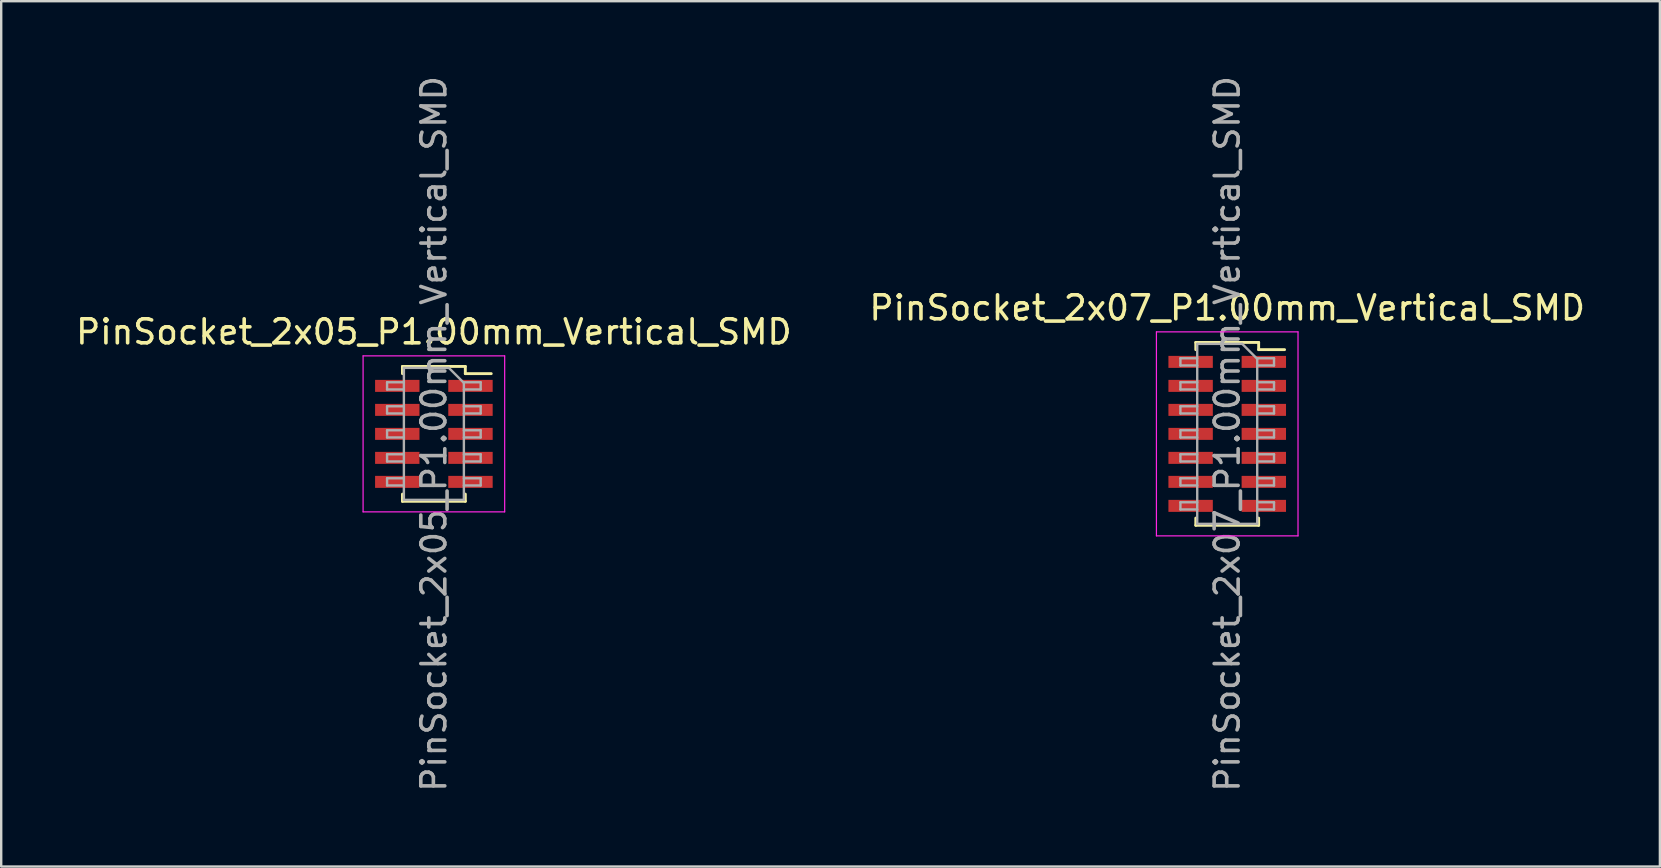
<source format=kicad_pcb>
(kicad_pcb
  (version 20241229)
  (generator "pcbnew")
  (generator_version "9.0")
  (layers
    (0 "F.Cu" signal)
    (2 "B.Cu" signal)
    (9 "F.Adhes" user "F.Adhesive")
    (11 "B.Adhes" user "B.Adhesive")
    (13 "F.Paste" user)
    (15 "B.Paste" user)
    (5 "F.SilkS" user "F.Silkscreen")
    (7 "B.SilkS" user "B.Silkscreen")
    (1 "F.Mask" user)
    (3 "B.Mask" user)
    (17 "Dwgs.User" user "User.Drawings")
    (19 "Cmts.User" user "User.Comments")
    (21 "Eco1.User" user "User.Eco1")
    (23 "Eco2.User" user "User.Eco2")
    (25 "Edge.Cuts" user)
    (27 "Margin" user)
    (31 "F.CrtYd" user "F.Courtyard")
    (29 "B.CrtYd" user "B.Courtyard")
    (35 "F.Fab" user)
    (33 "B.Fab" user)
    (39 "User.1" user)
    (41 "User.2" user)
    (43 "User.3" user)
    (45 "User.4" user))
  (footprint "PinSocket_2x05_P1.00mm_Vertical_SMD"
    (layer "F.Cu")
    (at 15.03 15.03)
    (property "Reference" "PinSocket_2x05_P1.00mm_Vertical_SMD" (at 0 -4.25 0) (layer "F.SilkS") (effects (font (size 1 1) (thickness 0.15))))
    (attr smd)
    (fp_line (start -1.31 -2.81) (end -1.31 -2.51) (stroke (width 0.12) (type solid)) (layer "F.SilkS"))
    (fp_line (start -1.31 -2.81) (end 1.31 -2.81) (stroke (width 0.12) (type solid)) (layer "F.SilkS"))
    (fp_line (start -1.31 2.51) (end -1.31 2.81) (stroke (width 0.12) (type solid)) (layer "F.SilkS"))
    (fp_line (start -1.31 2.81) (end 1.31 2.81) (stroke (width 0.12) (type solid)) (layer "F.SilkS"))
    (fp_line (start 1.31 -2.81) (end 1.31 -2.51) (stroke (width 0.12) (type solid)) (layer "F.SilkS"))
    (fp_line (start 1.31 -2.51) (end 2.39 -2.51) (stroke (width 0.12) (type solid)) (layer "F.SilkS"))
    (fp_line (start 1.31 2.51) (end 1.31 2.81) (stroke (width 0.12) (type solid)) (layer "F.SilkS"))
    (fp_line (start -2.95 -3.25) (end 2.95 -3.25) (stroke (width 0.05) (type solid)) (layer "F.CrtYd"))
    (fp_line (start -2.95 3.25) (end -2.95 -3.25) (stroke (width 0.05) (type solid)) (layer "F.CrtYd"))
    (fp_line (start 2.95 -3.25) (end 2.95 3.25) (stroke (width 0.05) (type solid)) (layer "F.CrtYd"))
    (fp_line (start 2.95 3.25) (end -2.95 3.25) (stroke (width 0.05) (type solid)) (layer "F.CrtYd"))
    (fp_line (start -1.95 -2.15) (end -1.25 -2.15) (stroke (width 0.1) (type solid)) (layer "F.Fab"))
    (fp_line (start -1.95 -1.85) (end -1.95 -2.15) (stroke (width 0.1) (type solid)) (layer "F.Fab"))
    (fp_line (start -1.95 -1.15) (end -1.25 -1.15) (stroke (width 0.1) (type solid)) (layer "F.Fab"))
    (fp_line (start -1.95 -0.85) (end -1.95 -1.15) (stroke (width 0.1) (type solid)) (layer "F.Fab"))
    (fp_line (start -1.95 -0.15) (end -1.25 -0.15) (stroke (width 0.1) (type solid)) (layer "F.Fab"))
    (fp_line (start -1.95 0.15) (end -1.95 -0.15) (stroke (width 0.1) (type solid)) (layer "F.Fab"))
    (fp_line (start -1.95 0.85) (end -1.25 0.85) (stroke (width 0.1) (type solid)) (layer "F.Fab"))
    (fp_line (start -1.95 1.15) (end -1.95 0.85) (stroke (width 0.1) (type solid)) (layer "F.Fab"))
    (fp_line (start -1.95 1.85) (end -1.25 1.85) (stroke (width 0.1) (type solid)) (layer "F.Fab"))
    (fp_line (start -1.95 2.15) (end -1.95 1.85) (stroke (width 0.1) (type solid)) (layer "F.Fab"))
    (fp_line (start -1.25 -2.75) (end 0.625 -2.75) (stroke (width 0.1) (type solid)) (layer "F.Fab"))
    (fp_line (start -1.25 -1.85) (end -1.95 -1.85) (stroke (width 0.1) (type solid)) (layer "F.Fab"))
    (fp_line (start -1.25 -0.85) (end -1.95 -0.85) (stroke (width 0.1) (type solid)) (layer "F.Fab"))
    (fp_line (start -1.25 0.15) (end -1.95 0.15) (stroke (width 0.1) (type solid)) (layer "F.Fab"))
    (fp_line (start -1.25 1.15) (end -1.95 1.15) (stroke (width 0.1) (type solid)) (layer "F.Fab"))
    (fp_line (start -1.25 2.15) (end -1.95 2.15) (stroke (width 0.1) (type solid)) (layer "F.Fab"))
    (fp_line (start -1.25 2.75) (end -1.25 -2.75) (stroke (width 0.1) (type solid)) (layer "F.Fab"))
    (fp_line (start 0.625 -2.75) (end 1.25 -2.125) (stroke (width 0.1) (type solid)) (layer "F.Fab"))
    (fp_line (start 1.25 -2.15) (end 1.95 -2.15) (stroke (width 0.1) (type solid)) (layer "F.Fab"))
    (fp_line (start 1.25 -2.125) (end 1.25 2.75) (stroke (width 0.1) (type solid)) (layer "F.Fab"))
    (fp_line (start 1.25 -1.15) (end 1.95 -1.15) (stroke (width 0.1) (type solid)) (layer "F.Fab"))
    (fp_line (start 1.25 -0.15) (end 1.95 -0.15) (stroke (width 0.1) (type solid)) (layer "F.Fab"))
    (fp_line (start 1.25 0.85) (end 1.95 0.85) (stroke (width 0.1) (type solid)) (layer "F.Fab"))
    (fp_line (start 1.25 1.85) (end 1.95 1.85) (stroke (width 0.1) (type solid)) (layer "F.Fab"))
    (fp_line (start 1.25 2.75) (end -1.25 2.75) (stroke (width 0.1) (type solid)) (layer "F.Fab"))
    (fp_line (start 1.95 -2.15) (end 1.95 -1.85) (stroke (width 0.1) (type solid)) (layer "F.Fab"))
    (fp_line (start 1.95 -1.85) (end 1.25 -1.85) (stroke (width 0.1) (type solid)) (layer "F.Fab"))
    (fp_line (start 1.95 -1.15) (end 1.95 -0.85) (stroke (width 0.1) (type solid)) (layer "F.Fab"))
    (fp_line (start 1.95 -0.85) (end 1.25 -0.85) (stroke (width 0.1) (type solid)) (layer "F.Fab"))
    (fp_line (start 1.95 -0.15) (end 1.95 0.15) (stroke (width 0.1) (type solid)) (layer "F.Fab"))
    (fp_line (start 1.95 0.15) (end 1.25 0.15) (stroke (width 0.1) (type solid)) (layer "F.Fab"))
    (fp_line (start 1.95 0.85) (end 1.95 1.15) (stroke (width 0.1) (type solid)) (layer "F.Fab"))
    (fp_line (start 1.95 1.15) (end 1.25 1.15) (stroke (width 0.1) (type solid)) (layer "F.Fab"))
    (fp_line (start 1.95 1.85) (end 1.95 2.15) (stroke (width 0.1) (type solid)) (layer "F.Fab"))
    (fp_line (start 1.95 2.15) (end 1.25 2.15) (stroke (width 0.1) (type solid)) (layer "F.Fab"))
    (fp_text user "${REFERENCE}" (at 0 0 90) (layer "F.Fab") (effects (font (size 1 1) (thickness 0.15))))
    (pad "1" smd rect (at 1.525 -2) (size 1.85 0.5) (layers "F.Cu" "F.Mask" "F.Paste"))
    (pad "2" smd rect (at -1.525 -2) (size 1.85 0.5) (layers "F.Cu" "F.Mask" "F.Paste"))
    (pad "3" smd rect (at 1.525 -1) (size 1.85 0.5) (layers "F.Cu" "F.Mask" "F.Paste"))
    (pad "4" smd rect (at -1.525 -1) (size 1.85 0.5) (layers "F.Cu" "F.Mask" "F.Paste"))
    (pad "5" smd rect (at 1.525 0) (size 1.85 0.5) (layers "F.Cu" "F.Mask" "F.Paste"))
    (pad "6" smd rect (at -1.525 0) (size 1.85 0.5) (layers "F.Cu" "F.Mask" "F.Paste"))
    (pad "7" smd rect (at 1.525 1) (size 1.85 0.5) (layers "F.Cu" "F.Mask" "F.Paste"))
    (pad "8" smd rect (at -1.525 1) (size 1.85 0.5) (layers "F.Cu" "F.Mask" "F.Paste"))
    (pad "9" smd rect (at 1.525 2) (size 1.85 0.5) (layers "F.Cu" "F.Mask" "F.Paste"))
    (pad "10" smd rect (at -1.525 2) (size 1.85 0.5) (layers "F.Cu" "F.Mask" "F.Paste")))
  (footprint "PinSocket_2x07_P1.00mm_Vertical_SMD"
    (layer "F.Cu")
    (at 48.089 15.03)
    (property "Reference" "PinSocket_2x07_P1.00mm_Vertical_SMD" (at 0 -5.25 0) (layer "F.SilkS") (effects (font (size 1 1) (thickness 0.15))))
    (attr smd)
    (fp_line (start -1.31 -3.81) (end -1.31 -3.51) (stroke (width 0.12) (type solid)) (layer "F.SilkS"))
    (fp_line (start -1.31 -3.81) (end 1.31 -3.81) (stroke (width 0.12) (type solid)) (layer "F.SilkS"))
    (fp_line (start -1.31 3.51) (end -1.31 3.81) (stroke (width 0.12) (type solid)) (layer "F.SilkS"))
    (fp_line (start -1.31 3.81) (end 1.31 3.81) (stroke (width 0.12) (type solid)) (layer "F.SilkS"))
    (fp_line (start 1.31 -3.81) (end 1.31 -3.51) (stroke (width 0.12) (type solid)) (layer "F.SilkS"))
    (fp_line (start 1.31 -3.51) (end 2.39 -3.51) (stroke (width 0.12) (type solid)) (layer "F.SilkS"))
    (fp_line (start 1.31 3.51) (end 1.31 3.81) (stroke (width 0.12) (type solid)) (layer "F.SilkS"))
    (fp_line (start -2.95 -4.25) (end 2.95 -4.25) (stroke (width 0.05) (type solid)) (layer "F.CrtYd"))
    (fp_line (start -2.95 4.25) (end -2.95 -4.25) (stroke (width 0.05) (type solid)) (layer "F.CrtYd"))
    (fp_line (start 2.95 -4.25) (end 2.95 4.25) (stroke (width 0.05) (type solid)) (layer "F.CrtYd"))
    (fp_line (start 2.95 4.25) (end -2.95 4.25) (stroke (width 0.05) (type solid)) (layer "F.CrtYd"))
    (fp_line (start -1.95 -3.15) (end -1.25 -3.15) (stroke (width 0.1) (type solid)) (layer "F.Fab"))
    (fp_line (start -1.95 -2.85) (end -1.95 -3.15) (stroke (width 0.1) (type solid)) (layer "F.Fab"))
    (fp_line (start -1.95 -2.15) (end -1.25 -2.15) (stroke (width 0.1) (type solid)) (layer "F.Fab"))
    (fp_line (start -1.95 -1.85) (end -1.95 -2.15) (stroke (width 0.1) (type solid)) (layer "F.Fab"))
    (fp_line (start -1.95 -1.15) (end -1.25 -1.15) (stroke (width 0.1) (type solid)) (layer "F.Fab"))
    (fp_line (start -1.95 -0.85) (end -1.95 -1.15) (stroke (width 0.1) (type solid)) (layer "F.Fab"))
    (fp_line (start -1.95 -0.15) (end -1.25 -0.15) (stroke (width 0.1) (type solid)) (layer "F.Fab"))
    (fp_line (start -1.95 0.15) (end -1.95 -0.15) (stroke (width 0.1) (type solid)) (layer "F.Fab"))
    (fp_line (start -1.95 0.85) (end -1.25 0.85) (stroke (width 0.1) (type solid)) (layer "F.Fab"))
    (fp_line (start -1.95 1.15) (end -1.95 0.85) (stroke (width 0.1) (type solid)) (layer "F.Fab"))
    (fp_line (start -1.95 1.85) (end -1.25 1.85) (stroke (width 0.1) (type solid)) (layer "F.Fab"))
    (fp_line (start -1.95 2.15) (end -1.95 1.85) (stroke (width 0.1) (type solid)) (layer "F.Fab"))
    (fp_line (start -1.95 2.85) (end -1.25 2.85) (stroke (width 0.1) (type solid)) (layer "F.Fab"))
    (fp_line (start -1.95 3.15) (end -1.95 2.85) (stroke (width 0.1) (type solid)) (layer "F.Fab"))
    (fp_line (start -1.25 -3.75) (end 0.625 -3.75) (stroke (width 0.1) (type solid)) (layer "F.Fab"))
    (fp_line (start -1.25 -2.85) (end -1.95 -2.85) (stroke (width 0.1) (type solid)) (layer "F.Fab"))
    (fp_line (start -1.25 -1.85) (end -1.95 -1.85) (stroke (width 0.1) (type solid)) (layer "F.Fab"))
    (fp_line (start -1.25 -0.85) (end -1.95 -0.85) (stroke (width 0.1) (type solid)) (layer "F.Fab"))
    (fp_line (start -1.25 0.15) (end -1.95 0.15) (stroke (width 0.1) (type solid)) (layer "F.Fab"))
    (fp_line (start -1.25 1.15) (end -1.95 1.15) (stroke (width 0.1) (type solid)) (layer "F.Fab"))
    (fp_line (start -1.25 2.15) (end -1.95 2.15) (stroke (width 0.1) (type solid)) (layer "F.Fab"))
    (fp_line (start -1.25 3.15) (end -1.95 3.15) (stroke (width 0.1) (type solid)) (layer "F.Fab"))
    (fp_line (start -1.25 3.75) (end -1.25 -3.75) (stroke (width 0.1) (type solid)) (layer "F.Fab"))
    (fp_line (start 0.625 -3.75) (end 1.25 -3.125) (stroke (width 0.1) (type solid)) (layer "F.Fab"))
    (fp_line (start 1.25 -3.15) (end 1.95 -3.15) (stroke (width 0.1) (type solid)) (layer "F.Fab"))
    (fp_line (start 1.25 -3.125) (end 1.25 3.75) (stroke (width 0.1) (type solid)) (layer "F.Fab"))
    (fp_line (start 1.25 -2.15) (end 1.95 -2.15) (stroke (width 0.1) (type solid)) (layer "F.Fab"))
    (fp_line (start 1.25 -1.15) (end 1.95 -1.15) (stroke (width 0.1) (type solid)) (layer "F.Fab"))
    (fp_line (start 1.25 -0.15) (end 1.95 -0.15) (stroke (width 0.1) (type solid)) (layer "F.Fab"))
    (fp_line (start 1.25 0.85) (end 1.95 0.85) (stroke (width 0.1) (type solid)) (layer "F.Fab"))
    (fp_line (start 1.25 1.85) (end 1.95 1.85) (stroke (width 0.1) (type solid)) (layer "F.Fab"))
    (fp_line (start 1.25 2.85) (end 1.95 2.85) (stroke (width 0.1) (type solid)) (layer "F.Fab"))
    (fp_line (start 1.25 3.75) (end -1.25 3.75) (stroke (width 0.1) (type solid)) (layer "F.Fab"))
    (fp_line (start 1.95 -3.15) (end 1.95 -2.85) (stroke (width 0.1) (type solid)) (layer "F.Fab"))
    (fp_line (start 1.95 -2.85) (end 1.25 -2.85) (stroke (width 0.1) (type solid)) (layer "F.Fab"))
    (fp_line (start 1.95 -2.15) (end 1.95 -1.85) (stroke (width 0.1) (type solid)) (layer "F.Fab"))
    (fp_line (start 1.95 -1.85) (end 1.25 -1.85) (stroke (width 0.1) (type solid)) (layer "F.Fab"))
    (fp_line (start 1.95 -1.15) (end 1.95 -0.85) (stroke (width 0.1) (type solid)) (layer "F.Fab"))
    (fp_line (start 1.95 -0.85) (end 1.25 -0.85) (stroke (width 0.1) (type solid)) (layer "F.Fab"))
    (fp_line (start 1.95 -0.15) (end 1.95 0.15) (stroke (width 0.1) (type solid)) (layer "F.Fab"))
    (fp_line (start 1.95 0.15) (end 1.25 0.15) (stroke (width 0.1) (type solid)) (layer "F.Fab"))
    (fp_line (start 1.95 0.85) (end 1.95 1.15) (stroke (width 0.1) (type solid)) (layer "F.Fab"))
    (fp_line (start 1.95 1.15) (end 1.25 1.15) (stroke (width 0.1) (type solid)) (layer "F.Fab"))
    (fp_line (start 1.95 1.85) (end 1.95 2.15) (stroke (width 0.1) (type solid)) (layer "F.Fab"))
    (fp_line (start 1.95 2.15) (end 1.25 2.15) (stroke (width 0.1) (type solid)) (layer "F.Fab"))
    (fp_line (start 1.95 2.85) (end 1.95 3.15) (stroke (width 0.1) (type solid)) (layer "F.Fab"))
    (fp_line (start 1.95 3.15) (end 1.25 3.15) (stroke (width 0.1) (type solid)) (layer "F.Fab"))
    (fp_text user "${REFERENCE}" (at 0 0 90) (layer "F.Fab") (effects (font (size 1 1) (thickness 0.15))))
    (pad "1" smd rect (at 1.525 -3) (size 1.85 0.5) (layers "F.Cu" "F.Mask" "F.Paste"))
    (pad "2" smd rect (at -1.525 -3) (size 1.85 0.5) (layers "F.Cu" "F.Mask" "F.Paste"))
    (pad "3" smd rect (at 1.525 -2) (size 1.85 0.5) (layers "F.Cu" "F.Mask" "F.Paste"))
    (pad "4" smd rect (at -1.525 -2) (size 1.85 0.5) (layers "F.Cu" "F.Mask" "F.Paste"))
    (pad "5" smd rect (at 1.525 -1) (size 1.85 0.5) (layers "F.Cu" "F.Mask" "F.Paste"))
    (pad "6" smd rect (at -1.525 -1) (size 1.85 0.5) (layers "F.Cu" "F.Mask" "F.Paste"))
    (pad "7" smd rect (at 1.525 0) (size 1.85 0.5) (layers "F.Cu" "F.Mask" "F.Paste"))
    (pad "8" smd rect (at -1.525 0) (size 1.85 0.5) (layers "F.Cu" "F.Mask" "F.Paste"))
    (pad "9" smd rect (at 1.525 1) (size 1.85 0.5) (layers "F.Cu" "F.Mask" "F.Paste"))
    (pad "10" smd rect (at -1.525 1) (size 1.85 0.5) (layers "F.Cu" "F.Mask" "F.Paste"))
    (pad "11" smd rect (at 1.525 2) (size 1.85 0.5) (layers "F.Cu" "F.Mask" "F.Paste"))
    (pad "12" smd rect (at -1.525 2) (size 1.85 0.5) (layers "F.Cu" "F.Mask" "F.Paste"))
    (pad "13" smd rect (at 1.525 3) (size 1.85 0.5) (layers "F.Cu" "F.Mask" "F.Paste"))
    (pad "14" smd rect (at -1.525 3) (size 1.85 0.5) (layers "F.Cu" "F.Mask" "F.Paste")))
  (gr_rect
    (start -3 -3)
    (end 66.119 33.06)
    (stroke (width 0.1) (type default))
    (fill no)
    (layer "Edge.Cuts")))
</source>
